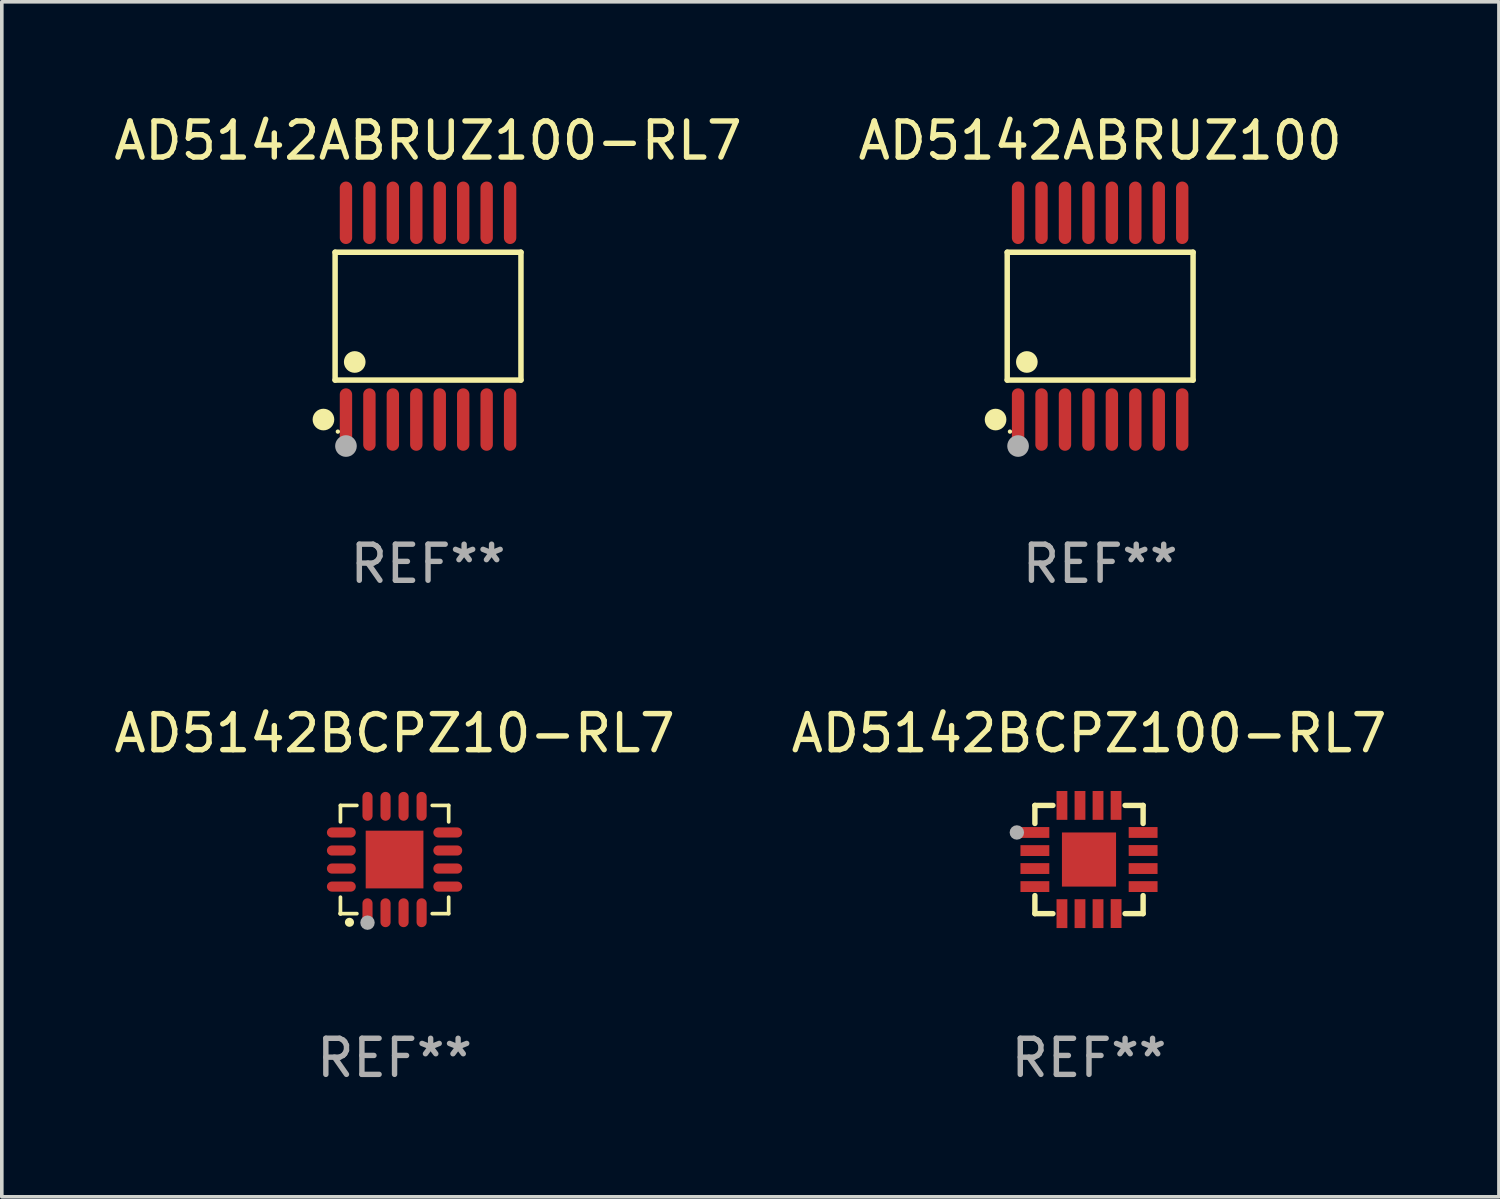
<source format=kicad_pcb>
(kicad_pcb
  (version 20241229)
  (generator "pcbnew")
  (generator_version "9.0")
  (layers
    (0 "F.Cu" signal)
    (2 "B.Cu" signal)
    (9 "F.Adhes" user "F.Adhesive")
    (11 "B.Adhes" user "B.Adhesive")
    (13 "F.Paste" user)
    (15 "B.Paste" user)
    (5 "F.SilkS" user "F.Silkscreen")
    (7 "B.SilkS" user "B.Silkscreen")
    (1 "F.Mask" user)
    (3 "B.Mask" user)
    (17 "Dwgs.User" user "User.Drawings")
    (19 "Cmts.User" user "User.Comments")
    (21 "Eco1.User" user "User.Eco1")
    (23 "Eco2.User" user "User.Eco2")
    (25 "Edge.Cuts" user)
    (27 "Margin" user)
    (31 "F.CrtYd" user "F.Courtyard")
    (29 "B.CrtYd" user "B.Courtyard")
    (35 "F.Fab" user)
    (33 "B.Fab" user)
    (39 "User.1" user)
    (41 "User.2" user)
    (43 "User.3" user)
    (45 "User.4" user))
  (footprint "AD5142ABRUZ100"
    (layer "F.Cu")
    (at 27.446 5.714)
    (property "Reference" "AD5142ABRUZ100" (at 0 -4.866 0) (layer "F.SilkS") (effects (font (size 1 1) (thickness 0.15))))
    (attr through_hole)
    (fp_line (start -2.576 -1.772) (end 2.576 -1.772) (stroke (width 0.152) (type solid)) (layer "F.SilkS"))
    (fp_line (start -2.576 1.771) (end -2.576 -1.772) (stroke (width 0.152) (type solid)) (layer "F.SilkS"))
    (fp_line (start 2.576 -1.772) (end 2.576 1.771) (stroke (width 0.152) (type solid)) (layer "F.SilkS"))
    (fp_line (start 2.576 1.771) (end -2.576 1.771) (stroke (width 0.152) (type solid)) (layer "F.SilkS"))
    (fp_circle (center -2.899 2.866) (end -2.749 2.866) (stroke (width 0.3) (type solid)) (fill no) (layer "F.SilkS"))
    (fp_circle (center -2.5 3.2) (end -2.47 3.2) (stroke (width 0.06) (type solid)) (fill no) (layer "F.SilkS"))
    (fp_circle (center -2.032 1.27) (end -1.882 1.27) (stroke (width 0.3) (type solid)) (fill no) (layer "F.SilkS"))
    (fp_circle (center -2.275 3.6) (end -2.125 3.6) (stroke (width 0.3) (type solid)) (fill no) (layer "F.Fab"))
    (fp_text user "REF**" (at 0 6.866 0) (layer "F.Fab") (effects (font (size 1 1) (thickness 0.15))))
    (pad "1" smd oval (at -2.275 2.866) (size 0.343 1.731) (layers "F.Cu" "F.Mask" "F.Paste"))
    (pad "2" smd oval (at -1.625 2.866) (size 0.343 1.731) (layers "F.Cu" "F.Mask" "F.Paste"))
    (pad "3" smd oval (at -0.975 2.866) (size 0.343 1.731) (layers "F.Cu" "F.Mask" "F.Paste"))
    (pad "4" smd oval (at -0.325 2.866) (size 0.343 1.731) (layers "F.Cu" "F.Mask" "F.Paste"))
    (pad "5" smd oval (at 0.325 2.866) (size 0.343 1.731) (layers "F.Cu" "F.Mask" "F.Paste"))
    (pad "6" smd oval (at 0.975 2.866) (size 0.343 1.731) (layers "F.Cu" "F.Mask" "F.Paste"))
    (pad "7" smd oval (at 1.625 2.866) (size 0.343 1.731) (layers "F.Cu" "F.Mask" "F.Paste"))
    (pad "8" smd oval (at 2.275 2.866) (size 0.343 1.731) (layers "F.Cu" "F.Mask" "F.Paste"))
    (pad "9" smd oval (at 2.275 -2.866) (size 0.343 1.731) (layers "F.Cu" "F.Mask" "F.Paste"))
    (pad "10" smd oval (at 1.625 -2.866) (size 0.343 1.731) (layers "F.Cu" "F.Mask" "F.Paste"))
    (pad "11" smd oval (at 0.975 -2.866) (size 0.343 1.731) (layers "F.Cu" "F.Mask" "F.Paste"))
    (pad "12" smd oval (at 0.325 -2.866) (size 0.343 1.731) (layers "F.Cu" "F.Mask" "F.Paste"))
    (pad "13" smd oval (at -0.325 -2.866) (size 0.343 1.731) (layers "F.Cu" "F.Mask" "F.Paste"))
    (pad "14" smd oval (at -0.975 -2.866) (size 0.343 1.731) (layers "F.Cu" "F.Mask" "F.Paste"))
    (pad "15" smd oval (at -1.625 -2.866) (size 0.343 1.731) (layers "F.Cu" "F.Mask" "F.Paste"))
    (pad "16" smd oval (at -2.275 -2.866) (size 0.343 1.731) (layers "F.Cu" "F.Mask" "F.Paste")))
  (footprint "AD5142BCPZ10-RL7"
    (layer "F.Cu")
    (at 7.887 20.776)
    (property "Reference" "AD5142BCPZ10-RL7" (at 0 -3.5 0) (layer "F.SilkS") (effects (font (size 1 1) (thickness 0.15))))
    (attr through_hole)
    (fp_line (start -1.5 -1.5) (end -1.5 -1.044) (stroke (width 0.102) (type solid)) (layer "F.SilkS"))
    (fp_line (start -1.5 -1.5) (end -1.044 -1.5) (stroke (width 0.102) (type solid)) (layer "F.SilkS"))
    (fp_line (start -1.5 1.044) (end -1.5 1.5) (stroke (width 0.102) (type solid)) (layer "F.SilkS"))
    (fp_line (start -1.5 1.5) (end -1.044 1.5) (stroke (width 0.102) (type solid)) (layer "F.SilkS"))
    (fp_line (start 1.044 -1.5) (end 1.5 -1.5) (stroke (width 0.102) (type solid)) (layer "F.SilkS"))
    (fp_line (start 1.044 1.5) (end 1.5 1.5) (stroke (width 0.102) (type solid)) (layer "F.SilkS"))
    (fp_line (start 1.5 -1.044) (end 1.5 -1.5) (stroke (width 0.102) (type solid)) (layer "F.SilkS"))
    (fp_line (start 1.5 1.5) (end 1.5 1.044) (stroke (width 0.102) (type solid)) (layer "F.SilkS"))
    (fp_arc (start -1.251257 1.740056) (mid -1.249987 1.739985) (end -1.248717 1.740056) (stroke (width 0.25) (type solid)) (layer "F.SilkS"))
    (fp_circle (center -1.5 1.5) (end -1.47 1.5) (stroke (width 0.06) (type solid)) (fill no) (layer "F.SilkS"))
    (fp_circle (center -0.75 1.75) (end -0.65 1.75) (stroke (width 0.2) (type solid)) (fill no) (layer "F.Fab"))
    (fp_text user "REF**" (at 0 5.5 0) (layer "F.Fab") (effects (font (size 1 1) (thickness 0.15))))
    (pad "1" smd oval (at -0.75 1.475 180) (size 0.28 0.8) (layers "F.Cu" "F.Mask" "F.Paste"))
    (pad "2" smd oval (at -0.25 1.475 180) (size 0.28 0.8) (layers "F.Cu" "F.Mask" "F.Paste"))
    (pad "3" smd oval (at 0.25 1.475 180) (size 0.28 0.8) (layers "F.Cu" "F.Mask" "F.Paste"))
    (pad "4" smd oval (at 0.75 1.475 180) (size 0.28 0.8) (layers "F.Cu" "F.Mask" "F.Paste"))
    (pad "5" smd oval (at 1.475 0.75 90) (size 0.28 0.8) (layers "F.Cu" "F.Mask" "F.Paste"))
    (pad "6" smd oval (at 1.475 0.25 90) (size 0.28 0.8) (layers "F.Cu" "F.Mask" "F.Paste"))
    (pad "7" smd oval (at 1.475 -0.25 90) (size 0.28 0.8) (layers "F.Cu" "F.Mask" "F.Paste"))
    (pad "8" smd oval (at 1.475 -0.75 90) (size 0.28 0.8) (layers "F.Cu" "F.Mask" "F.Paste"))
    (pad "9" smd oval (at 0.75 -1.475 180) (size 0.28 0.8) (layers "F.Cu" "F.Mask" "F.Paste"))
    (pad "10" smd oval (at 0.25 -1.475 180) (size 0.28 0.8) (layers "F.Cu" "F.Mask" "F.Paste"))
    (pad "11" smd oval (at -0.25 -1.475 180) (size 0.28 0.8) (layers "F.Cu" "F.Mask" "F.Paste"))
    (pad "12" smd oval (at -0.75 -1.475 180) (size 0.28 0.8) (layers "F.Cu" "F.Mask" "F.Paste"))
    (pad "13" smd oval (at -1.475 -0.75 90) (size 0.28 0.8) (layers "F.Cu" "F.Mask" "F.Paste"))
    (pad "14" smd oval (at -1.475 -0.25 90) (size 0.28 0.8) (layers "F.Cu" "F.Mask" "F.Paste"))
    (pad "15" smd oval (at -1.475 0.25 90) (size 0.28 0.8) (layers "F.Cu" "F.Mask" "F.Paste"))
    (pad "16" smd oval (at -1.475 0.75 90) (size 0.28 0.8) (layers "F.Cu" "F.Mask" "F.Paste"))
    (pad "17" smd rect (at 0.000127 0.000178) (size 1.6 1.6) (layers "F.Cu" "F.Mask" "F.Paste")))
  (footprint "AD5142BCPZ100-RL7"
    (layer "F.Cu")
    (at 27.137 20.776)
    (property "Reference" "AD5142BCPZ100-RL7" (at 0 -3.5 0) (layer "F.SilkS") (effects (font (size 1 1) (thickness 0.15))))
    (attr through_hole)
    (fp_line (start -1.5 -1.5) (end -1 -1.5) (stroke (width 0.15) (type solid)) (layer "F.SilkS"))
    (fp_line (start -1.5 -1) (end -1.5 -1.5) (stroke (width 0.15) (type solid)) (layer "F.SilkS"))
    (fp_line (start -1.5 1) (end -1.5 1.5) (stroke (width 0.15) (type solid)) (layer "F.SilkS"))
    (fp_line (start -1.5 1.5) (end -1 1.5) (stroke (width 0.15) (type solid)) (layer "F.SilkS"))
    (fp_line (start 1 -1.5) (end 1.5 -1.5) (stroke (width 0.15) (type solid)) (layer "F.SilkS"))
    (fp_line (start 1 1.5) (end 1.5 1.5) (stroke (width 0.15) (type solid)) (layer "F.SilkS"))
    (fp_line (start 1.5 -1.5) (end 1.5 -1) (stroke (width 0.15) (type solid)) (layer "F.SilkS"))
    (fp_line (start 1.5 1.5) (end 1.5 1) (stroke (width 0.15) (type solid)) (layer "F.SilkS"))
    (fp_arc (start -2.082931 -0.784989) (mid -2.082937 -0.786259) (end -2.082931 -0.787529) (stroke (width 0.150114) (type solid)) (layer "F.SilkS"))
    (fp_circle (center -1.5 -1.5) (end -1.47 -1.5) (stroke (width 0.06) (type solid)) (fill no) (layer "F.SilkS"))
    (fp_circle (center -2 -0.75) (end -1.9 -0.75) (stroke (width 0.2) (type solid)) (fill no) (layer "F.Fab"))
    (fp_text user "REF**" (at 0 5.5 0) (layer "F.Fab") (effects (font (size 1 1) (thickness 0.15))))
    (pad "1" smd rect (at -1.5 -0.75 90) (size 0.3 0.8) (layers "F.Cu" "F.Mask" "F.Paste"))
    (pad "2" smd rect (at -1.5 -0.248 90) (size 0.3 0.8) (layers "F.Cu" "F.Mask" "F.Paste"))
    (pad "3" smd rect (at -1.5 0.25 90) (size 0.3 0.8) (layers "F.Cu" "F.Mask" "F.Paste"))
    (pad "4" smd rect (at -1.5 0.75 90) (size 0.3 0.8) (layers "F.Cu" "F.Mask" "F.Paste"))
    (pad "5" smd rect (at -0.75 1.5) (size 0.3 0.8) (layers "F.Cu" "F.Mask" "F.Paste"))
    (pad "6" smd rect (at -0.25 1.5) (size 0.3 0.8) (layers "F.Cu" "F.Mask" "F.Paste"))
    (pad "7" smd rect (at 0.25 1.5) (size 0.3 0.8) (layers "F.Cu" "F.Mask" "F.Paste"))
    (pad "8" smd rect (at 0.751 1.498) (size 0.3 0.8) (layers "F.Cu" "F.Mask" "F.Paste"))
    (pad "9" smd rect (at 1.5 0.75 90) (size 0.3 0.8) (layers "F.Cu" "F.Mask" "F.Paste"))
    (pad "10" smd rect (at 1.5 0.25 90) (size 0.3 0.8) (layers "F.Cu" "F.Mask" "F.Paste"))
    (pad "11" smd rect (at 1.5 -0.25 90) (size 0.3 0.8) (layers "F.Cu" "F.Mask" "F.Paste"))
    (pad "12" smd rect (at 1.5 -0.75 90) (size 0.3 0.8) (layers "F.Cu" "F.Mask" "F.Paste"))
    (pad "13" smd rect (at 0.75 -1.5) (size 0.3 0.8) (layers "F.Cu" "F.Mask" "F.Paste"))
    (pad "14" smd rect (at 0.25 -1.5) (size 0.3 0.8) (layers "F.Cu" "F.Mask" "F.Paste"))
    (pad "15" smd rect (at -0.25 -1.5) (size 0.3 0.8) (layers "F.Cu" "F.Mask" "F.Paste"))
    (pad "16" smd rect (at -0.75 -1.5) (size 0.3 0.8) (layers "F.Cu" "F.Mask" "F.Paste"))
    (pad "17" smd rect (at -0.000127 -0.000127 90) (size 1.5 1.5) (layers "F.Cu" "F.Mask" "F.Paste")))
  (footprint "AD5142ABRUZ100-RL7"
    (layer "F.Cu")
    (at 8.815 5.714)
    (property "Reference" "AD5142ABRUZ100-RL7" (at 0 -4.866 0) (layer "F.SilkS") (effects (font (size 1 1) (thickness 0.15))))
    (attr through_hole)
    (fp_line (start -2.576 -1.772) (end 2.576 -1.772) (stroke (width 0.152) (type solid)) (layer "F.SilkS"))
    (fp_line (start -2.576 1.771) (end -2.576 -1.772) (stroke (width 0.152) (type solid)) (layer "F.SilkS"))
    (fp_line (start 2.576 -1.772) (end 2.576 1.771) (stroke (width 0.152) (type solid)) (layer "F.SilkS"))
    (fp_line (start 2.576 1.771) (end -2.576 1.771) (stroke (width 0.152) (type solid)) (layer "F.SilkS"))
    (fp_circle (center -2.899 2.866) (end -2.749 2.866) (stroke (width 0.3) (type solid)) (fill no) (layer "F.SilkS"))
    (fp_circle (center -2.5 3.2) (end -2.47 3.2) (stroke (width 0.06) (type solid)) (fill no) (layer "F.SilkS"))
    (fp_circle (center -2.032 1.27) (end -1.882 1.27) (stroke (width 0.3) (type solid)) (fill no) (layer "F.SilkS"))
    (fp_circle (center -2.275 3.6) (end -2.125 3.6) (stroke (width 0.3) (type solid)) (fill no) (layer "F.Fab"))
    (fp_text user "REF**" (at 0 6.866 0) (layer "F.Fab") (effects (font (size 1 1) (thickness 0.15))))
    (pad "1" smd oval (at -2.275 2.866) (size 0.343 1.731) (layers "F.Cu" "F.Mask" "F.Paste"))
    (pad "2" smd oval (at -1.625 2.866) (size 0.343 1.731) (layers "F.Cu" "F.Mask" "F.Paste"))
    (pad "3" smd oval (at -0.975 2.866) (size 0.343 1.731) (layers "F.Cu" "F.Mask" "F.Paste"))
    (pad "4" smd oval (at -0.325 2.866) (size 0.343 1.731) (layers "F.Cu" "F.Mask" "F.Paste"))
    (pad "5" smd oval (at 0.325 2.866) (size 0.343 1.731) (layers "F.Cu" "F.Mask" "F.Paste"))
    (pad "6" smd oval (at 0.975 2.866) (size 0.343 1.731) (layers "F.Cu" "F.Mask" "F.Paste"))
    (pad "7" smd oval (at 1.625 2.866) (size 0.343 1.731) (layers "F.Cu" "F.Mask" "F.Paste"))
    (pad "8" smd oval (at 2.275 2.866) (size 0.343 1.731) (layers "F.Cu" "F.Mask" "F.Paste"))
    (pad "9" smd oval (at 2.275 -2.866) (size 0.343 1.731) (layers "F.Cu" "F.Mask" "F.Paste"))
    (pad "10" smd oval (at 1.625 -2.866) (size 0.343 1.731) (layers "F.Cu" "F.Mask" "F.Paste"))
    (pad "11" smd oval (at 0.975 -2.866) (size 0.343 1.731) (layers "F.Cu" "F.Mask" "F.Paste"))
    (pad "12" smd oval (at 0.325 -2.866) (size 0.343 1.731) (layers "F.Cu" "F.Mask" "F.Paste"))
    (pad "13" smd oval (at -0.325 -2.866) (size 0.343 1.731) (layers "F.Cu" "F.Mask" "F.Paste"))
    (pad "14" smd oval (at -0.975 -2.866) (size 0.343 1.731) (layers "F.Cu" "F.Mask" "F.Paste"))
    (pad "15" smd oval (at -1.625 -2.866) (size 0.343 1.731) (layers "F.Cu" "F.Mask" "F.Paste"))
    (pad "16" smd oval (at -2.275 -2.866) (size 0.343 1.731) (layers "F.Cu" "F.Mask" "F.Paste")))
  (gr_rect
    (start -3 -3)
    (end 38.5 30.125)
    (stroke (width 0.1) (type default))
    (fill no)
    (layer "Edge.Cuts")))
</source>
